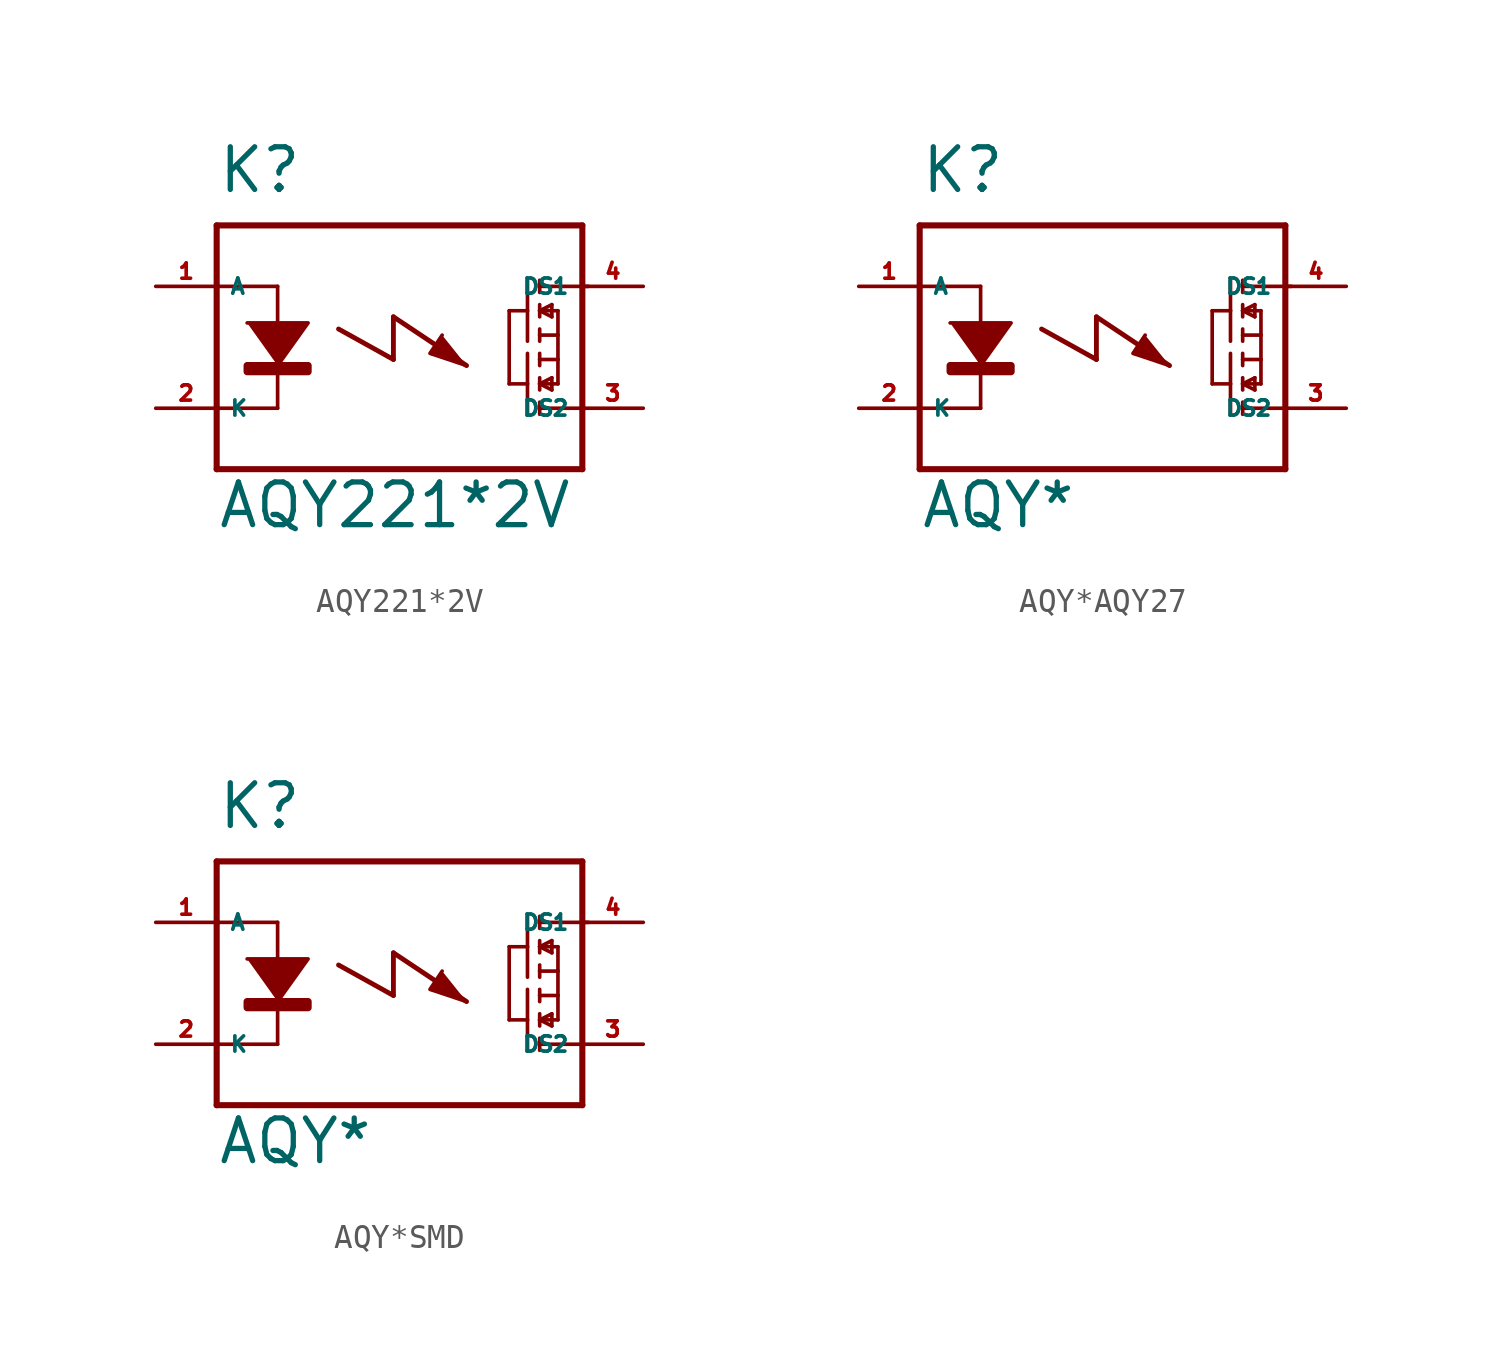
<source format=kicad_sym>
(kicad_symbol_lib
  (version 20220914)
  (generator Eagle2Kicad)
  (symbol "AQY221*2V"
    (property "Reference" "K"
      (at -7.62 6.35 0)
      (effects (font (size 1.778 1.778) (thickness 0.22)) (justify left bottom)))
    (property "Value" "AQY221*2V"
      (at -7.62 -7.62 0)
      (effects (font (size 1.778 1.778) (thickness 0.22)) (justify left bottom)))
    (polyline
      (pts (xy -6.35 1.016) (xy -3.81 1.016) (xy -5.08 -0.762))
      (stroke (width 0.152) (type default))
      (fill (type outline)))
    (polyline
      (pts (xy 1.778 0.508) (xy 1.27 -0.254) (xy 2.794 -0.762))
      (stroke (width 0.152) (type default))
      (fill (type outline)))
    (polyline
      (pts (xy -5.08 2.54) (xy -5.08 -2.54))
      (stroke (width 0.152) (type default))
      (fill (type none)))
    (polyline
      (pts (xy 5.842 2.794) (xy 5.842 2.286))
      (stroke (width 0.152) (type default))
      (fill (type none)))
    (polyline
      (pts (xy 5.842 1.778) (xy 5.842 1.524))
      (stroke (width 0.152) (type default))
      (fill (type none)))
    (polyline
      (pts (xy 5.842 1.524) (xy 5.842 1.27))
      (stroke (width 0.152) (type default))
      (fill (type none)))
    (polyline
      (pts (xy 5.842 0.762) (xy 5.842 0.508))
      (stroke (width 0.152) (type default))
      (fill (type none)))
    (polyline
      (pts (xy 5.842 0.508) (xy 5.842 0.254))
      (stroke (width 0.152) (type default))
      (fill (type none)))
    (polyline
      (pts (xy 5.842 1.524) (xy 6.604 1.524))
      (stroke (width 0.152) (type default))
      (fill (type none)))
    (polyline
      (pts (xy 6.35 1.778) (xy 5.842 1.524))
      (stroke (width 0.152) (type default))
      (fill (type none)))
    (polyline
      (pts (xy 5.842 1.524) (xy 6.35 1.27))
      (stroke (width 0.152) (type default))
      (fill (type none)))
    (polyline
      (pts (xy 6.35 1.27) (xy 6.35 1.778))
      (stroke (width 0.152) (type default))
      (fill (type none)))
    (polyline
      (pts (xy 5.842 0.508) (xy 6.604 0.508))
      (stroke (width 0.152) (type default))
      (fill (type none)))
    (polyline
      (pts (xy 6.604 0.508) (xy 6.604 1.524))
      (stroke (width 0.152) (type default))
      (fill (type none)))
    (polyline
      (pts (xy 5.334 2.794) (xy 5.334 1.524))
      (stroke (width 0.152) (type default))
      (fill (type none)))
    (polyline
      (pts (xy 5.334 1.524) (xy 5.334 0.254))
      (stroke (width 0.152) (type default))
      (fill (type none)))
    (polyline
      (pts (xy 5.334 1.524) (xy 4.572 1.524))
      (stroke (width 0.152) (type default))
      (fill (type none)))
    (polyline
      (pts (xy 5.842 -2.794) (xy 5.842 -2.286))
      (stroke (width 0.152) (type default))
      (fill (type none)))
    (polyline
      (pts (xy 5.842 -1.778) (xy 5.842 -1.524))
      (stroke (width 0.152) (type default))
      (fill (type none)))
    (polyline
      (pts (xy 5.842 -1.524) (xy 5.842 -1.27))
      (stroke (width 0.152) (type default))
      (fill (type none)))
    (polyline
      (pts (xy 5.842 -0.762) (xy 5.842 -0.508))
      (stroke (width 0.152) (type default))
      (fill (type none)))
    (polyline
      (pts (xy 5.842 -0.508) (xy 5.842 -0.254))
      (stroke (width 0.152) (type default))
      (fill (type none)))
    (polyline
      (pts (xy 5.842 -1.524) (xy 6.604 -1.524))
      (stroke (width 0.152) (type default))
      (fill (type none)))
    (polyline
      (pts (xy 6.35 -1.778) (xy 5.842 -1.524))
      (stroke (width 0.152) (type default))
      (fill (type none)))
    (polyline
      (pts (xy 5.842 -1.524) (xy 6.35 -1.27))
      (stroke (width 0.152) (type default))
      (fill (type none)))
    (polyline
      (pts (xy 6.35 -1.27) (xy 6.35 -1.778))
      (stroke (width 0.152) (type default))
      (fill (type none)))
    (polyline
      (pts (xy 5.842 -0.508) (xy 6.604 -0.508))
      (stroke (width 0.152) (type default))
      (fill (type none)))
    (polyline
      (pts (xy 6.604 -0.508) (xy 6.604 -1.524))
      (stroke (width 0.152) (type default))
      (fill (type none)))
    (polyline
      (pts (xy 6.604 0.508) (xy 6.604 -0.508))
      (stroke (width 0.152) (type default))
      (fill (type none)))
    (polyline
      (pts (xy 5.334 -2.794) (xy 5.334 -1.524))
      (stroke (width 0.152) (type default))
      (fill (type none)))
    (polyline
      (pts (xy 5.334 -1.524) (xy 5.334 -0.254))
      (stroke (width 0.152) (type default))
      (fill (type none)))
    (polyline
      (pts (xy 5.334 -1.524) (xy 4.572 -1.524))
      (stroke (width 0.152) (type default))
      (fill (type none)))
    (polyline
      (pts (xy 4.572 1.524) (xy 4.572 -1.524))
      (stroke (width 0.152) (type default))
      (fill (type none)))
    (polyline
      (pts (xy -7.62 5.08) (xy -7.62 2.54))
      (stroke (width 0.254) (type default))
      (fill (type none)))
    (polyline
      (pts (xy -7.62 2.54) (xy -7.62 -2.54))
      (stroke (width 0.254) (type default))
      (fill (type none)))
    (polyline
      (pts (xy -7.62 -2.54) (xy -7.62 -5.08))
      (stroke (width 0.254) (type default))
      (fill (type none)))
    (polyline
      (pts (xy -7.62 -5.08) (xy 7.62 -5.08))
      (stroke (width 0.254) (type default))
      (fill (type none)))
    (polyline
      (pts (xy 5.842 2.54) (xy 7.874 2.54))
      (stroke (width 0.152) (type default))
      (fill (type none)))
    (polyline
      (pts (xy 5.842 -2.54) (xy 7.62 -2.54))
      (stroke (width 0.152) (type default))
      (fill (type none)))
    (polyline
      (pts (xy 7.62 -5.08) (xy 7.62 5.08))
      (stroke (width 0.254) (type default))
      (fill (type none)))
    (polyline
      (pts (xy 7.62 5.08) (xy -7.62 5.08))
      (stroke (width 0.254) (type default))
      (fill (type none)))
    (polyline
      (pts (xy -5.08 2.54) (xy -7.62 2.54))
      (stroke (width 0.152) (type default))
      (fill (type none)))
    (polyline
      (pts (xy -5.08 -2.54) (xy -7.62 -2.54))
      (stroke (width 0.152) (type default))
      (fill (type none)))
    (polyline
      (pts (xy -2.54 0.762) (xy -0.254 -0.508))
      (stroke (width 0.203) (type default))
      (fill (type none)))
    (polyline
      (pts (xy -0.254 -0.508) (xy -0.254 1.27))
      (stroke (width 0.203) (type default))
      (fill (type none)))
    (polyline
      (pts (xy -0.254 1.27) (xy 2.794 -0.762))
      (stroke (width 0.203) (type default))
      (fill (type none)))
    (rectangle
      (start -6.35 -1.016)
      (end -3.81 -0.762)
      (stroke (width 0.3) (type default))
      (fill (type outline)))
    (pin passive line
      (at -10.16 2.54 0)
      (length 2.54)
      (name "A" (effects (font (size 0.635 0.635) (thickness 0.08)) (justify left bottom)))
      (number "1" (effects (font (size 0.635 0.635) (thickness 0.08)) (justify left bottom))))
    (pin passive line
      (at -10.16 -2.54 0)
      (length 2.54)
      (name "K" (effects (font (size 0.635 0.635) (thickness 0.08)) (justify left bottom)))
      (number "2" (effects (font (size 0.635 0.635) (thickness 0.08)) (justify left bottom))))
    (pin passive line
      (at 10.16 2.54 180)
      (length 2.54)
      (name "DS1" (effects (font (size 0.635 0.635) (thickness 0.08)) (justify left bottom)))
      (number "4" (effects (font (size 0.635 0.635) (thickness 0.08)) (justify left bottom))))
    (pin passive line
      (at 10.16 -2.54 180)
      (length 2.54)
      (name "DS2" (effects (font (size 0.635 0.635) (thickness 0.08)) (justify left bottom)))
      (number "3" (effects (font (size 0.635 0.635) (thickness 0.08)) (justify left bottom)))))
  (symbol "AQY*AQY27"
    (property "Reference" "K"
      (at -7.62 6.35 0)
      (effects (font (size 1.778 1.778) (thickness 0.22)) (justify left bottom)))
    (property "Value" "AQY*"
      (at -7.62 -7.62 0)
      (effects (font (size 1.778 1.778) (thickness 0.22)) (justify left bottom)))
    (polyline
      (pts (xy -6.35 1.016) (xy -3.81 1.016) (xy -5.08 -0.762))
      (stroke (width 0.152) (type default))
      (fill (type outline)))
    (polyline
      (pts (xy 1.778 0.508) (xy 1.27 -0.254) (xy 2.794 -0.762))
      (stroke (width 0.152) (type default))
      (fill (type outline)))
    (polyline
      (pts (xy -5.08 2.54) (xy -5.08 -2.54))
      (stroke (width 0.152) (type default))
      (fill (type none)))
    (polyline
      (pts (xy 5.842 2.794) (xy 5.842 2.286))
      (stroke (width 0.152) (type default))
      (fill (type none)))
    (polyline
      (pts (xy 5.842 1.778) (xy 5.842 1.524))
      (stroke (width 0.152) (type default))
      (fill (type none)))
    (polyline
      (pts (xy 5.842 1.524) (xy 5.842 1.27))
      (stroke (width 0.152) (type default))
      (fill (type none)))
    (polyline
      (pts (xy 5.842 0.762) (xy 5.842 0.508))
      (stroke (width 0.152) (type default))
      (fill (type none)))
    (polyline
      (pts (xy 5.842 0.508) (xy 5.842 0.254))
      (stroke (width 0.152) (type default))
      (fill (type none)))
    (polyline
      (pts (xy 5.842 1.524) (xy 6.604 1.524))
      (stroke (width 0.152) (type default))
      (fill (type none)))
    (polyline
      (pts (xy 6.35 1.778) (xy 5.842 1.524))
      (stroke (width 0.152) (type default))
      (fill (type none)))
    (polyline
      (pts (xy 5.842 1.524) (xy 6.35 1.27))
      (stroke (width 0.152) (type default))
      (fill (type none)))
    (polyline
      (pts (xy 6.35 1.27) (xy 6.35 1.778))
      (stroke (width 0.152) (type default))
      (fill (type none)))
    (polyline
      (pts (xy 5.842 0.508) (xy 6.604 0.508))
      (stroke (width 0.152) (type default))
      (fill (type none)))
    (polyline
      (pts (xy 6.604 0.508) (xy 6.604 1.524))
      (stroke (width 0.152) (type default))
      (fill (type none)))
    (polyline
      (pts (xy 5.334 2.794) (xy 5.334 1.524))
      (stroke (width 0.152) (type default))
      (fill (type none)))
    (polyline
      (pts (xy 5.334 1.524) (xy 5.334 0.254))
      (stroke (width 0.152) (type default))
      (fill (type none)))
    (polyline
      (pts (xy 5.334 1.524) (xy 4.572 1.524))
      (stroke (width 0.152) (type default))
      (fill (type none)))
    (polyline
      (pts (xy 5.842 -2.794) (xy 5.842 -2.286))
      (stroke (width 0.152) (type default))
      (fill (type none)))
    (polyline
      (pts (xy 5.842 -1.778) (xy 5.842 -1.524))
      (stroke (width 0.152) (type default))
      (fill (type none)))
    (polyline
      (pts (xy 5.842 -1.524) (xy 5.842 -1.27))
      (stroke (width 0.152) (type default))
      (fill (type none)))
    (polyline
      (pts (xy 5.842 -0.762) (xy 5.842 -0.508))
      (stroke (width 0.152) (type default))
      (fill (type none)))
    (polyline
      (pts (xy 5.842 -0.508) (xy 5.842 -0.254))
      (stroke (width 0.152) (type default))
      (fill (type none)))
    (polyline
      (pts (xy 5.842 -1.524) (xy 6.604 -1.524))
      (stroke (width 0.152) (type default))
      (fill (type none)))
    (polyline
      (pts (xy 6.35 -1.778) (xy 5.842 -1.524))
      (stroke (width 0.152) (type default))
      (fill (type none)))
    (polyline
      (pts (xy 5.842 -1.524) (xy 6.35 -1.27))
      (stroke (width 0.152) (type default))
      (fill (type none)))
    (polyline
      (pts (xy 6.35 -1.27) (xy 6.35 -1.778))
      (stroke (width 0.152) (type default))
      (fill (type none)))
    (polyline
      (pts (xy 5.842 -0.508) (xy 6.604 -0.508))
      (stroke (width 0.152) (type default))
      (fill (type none)))
    (polyline
      (pts (xy 6.604 -0.508) (xy 6.604 -1.524))
      (stroke (width 0.152) (type default))
      (fill (type none)))
    (polyline
      (pts (xy 6.604 0.508) (xy 6.604 -0.508))
      (stroke (width 0.152) (type default))
      (fill (type none)))
    (polyline
      (pts (xy 5.334 -2.794) (xy 5.334 -1.524))
      (stroke (width 0.152) (type default))
      (fill (type none)))
    (polyline
      (pts (xy 5.334 -1.524) (xy 5.334 -0.254))
      (stroke (width 0.152) (type default))
      (fill (type none)))
    (polyline
      (pts (xy 5.334 -1.524) (xy 4.572 -1.524))
      (stroke (width 0.152) (type default))
      (fill (type none)))
    (polyline
      (pts (xy 4.572 1.524) (xy 4.572 -1.524))
      (stroke (width 0.152) (type default))
      (fill (type none)))
    (polyline
      (pts (xy -7.62 5.08) (xy -7.62 2.54))
      (stroke (width 0.254) (type default))
      (fill (type none)))
    (polyline
      (pts (xy -7.62 2.54) (xy -7.62 -2.54))
      (stroke (width 0.254) (type default))
      (fill (type none)))
    (polyline
      (pts (xy -7.62 -2.54) (xy -7.62 -5.08))
      (stroke (width 0.254) (type default))
      (fill (type none)))
    (polyline
      (pts (xy -7.62 -5.08) (xy 7.62 -5.08))
      (stroke (width 0.254) (type default))
      (fill (type none)))
    (polyline
      (pts (xy 5.842 2.54) (xy 7.874 2.54))
      (stroke (width 0.152) (type default))
      (fill (type none)))
    (polyline
      (pts (xy 5.842 -2.54) (xy 7.62 -2.54))
      (stroke (width 0.152) (type default))
      (fill (type none)))
    (polyline
      (pts (xy 7.62 -5.08) (xy 7.62 5.08))
      (stroke (width 0.254) (type default))
      (fill (type none)))
    (polyline
      (pts (xy 7.62 5.08) (xy -7.62 5.08))
      (stroke (width 0.254) (type default))
      (fill (type none)))
    (polyline
      (pts (xy -5.08 2.54) (xy -7.62 2.54))
      (stroke (width 0.152) (type default))
      (fill (type none)))
    (polyline
      (pts (xy -5.08 -2.54) (xy -7.62 -2.54))
      (stroke (width 0.152) (type default))
      (fill (type none)))
    (polyline
      (pts (xy -2.54 0.762) (xy -0.254 -0.508))
      (stroke (width 0.203) (type default))
      (fill (type none)))
    (polyline
      (pts (xy -0.254 -0.508) (xy -0.254 1.27))
      (stroke (width 0.203) (type default))
      (fill (type none)))
    (polyline
      (pts (xy -0.254 1.27) (xy 2.794 -0.762))
      (stroke (width 0.203) (type default))
      (fill (type none)))
    (rectangle
      (start -6.35 -1.016)
      (end -3.81 -0.762)
      (stroke (width 0.3) (type default))
      (fill (type outline)))
    (pin passive line
      (at -10.16 2.54 0)
      (length 2.54)
      (name "A" (effects (font (size 0.635 0.635) (thickness 0.08)) (justify left bottom)))
      (number "1" (effects (font (size 0.635 0.635) (thickness 0.08)) (justify left bottom))))
    (pin passive line
      (at -10.16 -2.54 0)
      (length 2.54)
      (name "K" (effects (font (size 0.635 0.635) (thickness 0.08)) (justify left bottom)))
      (number "2" (effects (font (size 0.635 0.635) (thickness 0.08)) (justify left bottom))))
    (pin passive line
      (at 10.16 2.54 180)
      (length 2.54)
      (name "DS1" (effects (font (size 0.635 0.635) (thickness 0.08)) (justify left bottom)))
      (number "4" (effects (font (size 0.635 0.635) (thickness 0.08)) (justify left bottom))))
    (pin passive line
      (at 10.16 -2.54 180)
      (length 2.54)
      (name "DS2" (effects (font (size 0.635 0.635) (thickness 0.08)) (justify left bottom)))
      (number "3" (effects (font (size 0.635 0.635) (thickness 0.08)) (justify left bottom)))))
  (symbol "AQY*SMD"
    (property "Reference" "K"
      (at -7.62 6.35 0)
      (effects (font (size 1.778 1.778) (thickness 0.22)) (justify left bottom)))
    (property "Value" "AQY*"
      (at -7.62 -7.62 0)
      (effects (font (size 1.778 1.778) (thickness 0.22)) (justify left bottom)))
    (polyline
      (pts (xy -6.35 1.016) (xy -3.81 1.016) (xy -5.08 -0.762))
      (stroke (width 0.152) (type default))
      (fill (type outline)))
    (polyline
      (pts (xy 1.778 0.508) (xy 1.27 -0.254) (xy 2.794 -0.762))
      (stroke (width 0.152) (type default))
      (fill (type outline)))
    (polyline
      (pts (xy -5.08 2.54) (xy -5.08 -2.54))
      (stroke (width 0.152) (type default))
      (fill (type none)))
    (polyline
      (pts (xy 5.842 2.794) (xy 5.842 2.286))
      (stroke (width 0.152) (type default))
      (fill (type none)))
    (polyline
      (pts (xy 5.842 1.778) (xy 5.842 1.524))
      (stroke (width 0.152) (type default))
      (fill (type none)))
    (polyline
      (pts (xy 5.842 1.524) (xy 5.842 1.27))
      (stroke (width 0.152) (type default))
      (fill (type none)))
    (polyline
      (pts (xy 5.842 0.762) (xy 5.842 0.508))
      (stroke (width 0.152) (type default))
      (fill (type none)))
    (polyline
      (pts (xy 5.842 0.508) (xy 5.842 0.254))
      (stroke (width 0.152) (type default))
      (fill (type none)))
    (polyline
      (pts (xy 5.842 1.524) (xy 6.604 1.524))
      (stroke (width 0.152) (type default))
      (fill (type none)))
    (polyline
      (pts (xy 6.35 1.778) (xy 5.842 1.524))
      (stroke (width 0.152) (type default))
      (fill (type none)))
    (polyline
      (pts (xy 5.842 1.524) (xy 6.35 1.27))
      (stroke (width 0.152) (type default))
      (fill (type none)))
    (polyline
      (pts (xy 6.35 1.27) (xy 6.35 1.778))
      (stroke (width 0.152) (type default))
      (fill (type none)))
    (polyline
      (pts (xy 5.842 0.508) (xy 6.604 0.508))
      (stroke (width 0.152) (type default))
      (fill (type none)))
    (polyline
      (pts (xy 6.604 0.508) (xy 6.604 1.524))
      (stroke (width 0.152) (type default))
      (fill (type none)))
    (polyline
      (pts (xy 5.334 2.794) (xy 5.334 1.524))
      (stroke (width 0.152) (type default))
      (fill (type none)))
    (polyline
      (pts (xy 5.334 1.524) (xy 5.334 0.254))
      (stroke (width 0.152) (type default))
      (fill (type none)))
    (polyline
      (pts (xy 5.334 1.524) (xy 4.572 1.524))
      (stroke (width 0.152) (type default))
      (fill (type none)))
    (polyline
      (pts (xy 5.842 -2.794) (xy 5.842 -2.286))
      (stroke (width 0.152) (type default))
      (fill (type none)))
    (polyline
      (pts (xy 5.842 -1.778) (xy 5.842 -1.524))
      (stroke (width 0.152) (type default))
      (fill (type none)))
    (polyline
      (pts (xy 5.842 -1.524) (xy 5.842 -1.27))
      (stroke (width 0.152) (type default))
      (fill (type none)))
    (polyline
      (pts (xy 5.842 -0.762) (xy 5.842 -0.508))
      (stroke (width 0.152) (type default))
      (fill (type none)))
    (polyline
      (pts (xy 5.842 -0.508) (xy 5.842 -0.254))
      (stroke (width 0.152) (type default))
      (fill (type none)))
    (polyline
      (pts (xy 5.842 -1.524) (xy 6.604 -1.524))
      (stroke (width 0.152) (type default))
      (fill (type none)))
    (polyline
      (pts (xy 6.35 -1.778) (xy 5.842 -1.524))
      (stroke (width 0.152) (type default))
      (fill (type none)))
    (polyline
      (pts (xy 5.842 -1.524) (xy 6.35 -1.27))
      (stroke (width 0.152) (type default))
      (fill (type none)))
    (polyline
      (pts (xy 6.35 -1.27) (xy 6.35 -1.778))
      (stroke (width 0.152) (type default))
      (fill (type none)))
    (polyline
      (pts (xy 5.842 -0.508) (xy 6.604 -0.508))
      (stroke (width 0.152) (type default))
      (fill (type none)))
    (polyline
      (pts (xy 6.604 -0.508) (xy 6.604 -1.524))
      (stroke (width 0.152) (type default))
      (fill (type none)))
    (polyline
      (pts (xy 6.604 0.508) (xy 6.604 -0.508))
      (stroke (width 0.152) (type default))
      (fill (type none)))
    (polyline
      (pts (xy 5.334 -2.794) (xy 5.334 -1.524))
      (stroke (width 0.152) (type default))
      (fill (type none)))
    (polyline
      (pts (xy 5.334 -1.524) (xy 5.334 -0.254))
      (stroke (width 0.152) (type default))
      (fill (type none)))
    (polyline
      (pts (xy 5.334 -1.524) (xy 4.572 -1.524))
      (stroke (width 0.152) (type default))
      (fill (type none)))
    (polyline
      (pts (xy 4.572 1.524) (xy 4.572 -1.524))
      (stroke (width 0.152) (type default))
      (fill (type none)))
    (polyline
      (pts (xy -7.62 5.08) (xy -7.62 2.54))
      (stroke (width 0.254) (type default))
      (fill (type none)))
    (polyline
      (pts (xy -7.62 2.54) (xy -7.62 -2.54))
      (stroke (width 0.254) (type default))
      (fill (type none)))
    (polyline
      (pts (xy -7.62 -2.54) (xy -7.62 -5.08))
      (stroke (width 0.254) (type default))
      (fill (type none)))
    (polyline
      (pts (xy -7.62 -5.08) (xy 7.62 -5.08))
      (stroke (width 0.254) (type default))
      (fill (type none)))
    (polyline
      (pts (xy 5.842 2.54) (xy 7.874 2.54))
      (stroke (width 0.152) (type default))
      (fill (type none)))
    (polyline
      (pts (xy 5.842 -2.54) (xy 7.62 -2.54))
      (stroke (width 0.152) (type default))
      (fill (type none)))
    (polyline
      (pts (xy 7.62 -5.08) (xy 7.62 5.08))
      (stroke (width 0.254) (type default))
      (fill (type none)))
    (polyline
      (pts (xy 7.62 5.08) (xy -7.62 5.08))
      (stroke (width 0.254) (type default))
      (fill (type none)))
    (polyline
      (pts (xy -5.08 2.54) (xy -7.62 2.54))
      (stroke (width 0.152) (type default))
      (fill (type none)))
    (polyline
      (pts (xy -5.08 -2.54) (xy -7.62 -2.54))
      (stroke (width 0.152) (type default))
      (fill (type none)))
    (polyline
      (pts (xy -2.54 0.762) (xy -0.254 -0.508))
      (stroke (width 0.203) (type default))
      (fill (type none)))
    (polyline
      (pts (xy -0.254 -0.508) (xy -0.254 1.27))
      (stroke (width 0.203) (type default))
      (fill (type none)))
    (polyline
      (pts (xy -0.254 1.27) (xy 2.794 -0.762))
      (stroke (width 0.203) (type default))
      (fill (type none)))
    (rectangle
      (start -6.35 -1.016)
      (end -3.81 -0.762)
      (stroke (width 0.3) (type default))
      (fill (type outline)))
    (pin passive line
      (at -10.16 2.54 0)
      (length 2.54)
      (name "A" (effects (font (size 0.635 0.635) (thickness 0.08)) (justify left bottom)))
      (number "1" (effects (font (size 0.635 0.635) (thickness 0.08)) (justify left bottom))))
    (pin passive line
      (at -10.16 -2.54 0)
      (length 2.54)
      (name "K" (effects (font (size 0.635 0.635) (thickness 0.08)) (justify left bottom)))
      (number "2" (effects (font (size 0.635 0.635) (thickness 0.08)) (justify left bottom))))
    (pin passive line
      (at 10.16 2.54 180)
      (length 2.54)
      (name "DS1" (effects (font (size 0.635 0.635) (thickness 0.08)) (justify left bottom)))
      (number "4" (effects (font (size 0.635 0.635) (thickness 0.08)) (justify left bottom))))
    (pin passive line
      (at 10.16 -2.54 180)
      (length 2.54)
      (name "DS2" (effects (font (size 0.635 0.635) (thickness 0.08)) (justify left bottom)))
      (number "3" (effects (font (size 0.635 0.635) (thickness 0.08)) (justify left bottom))))))
</source>
